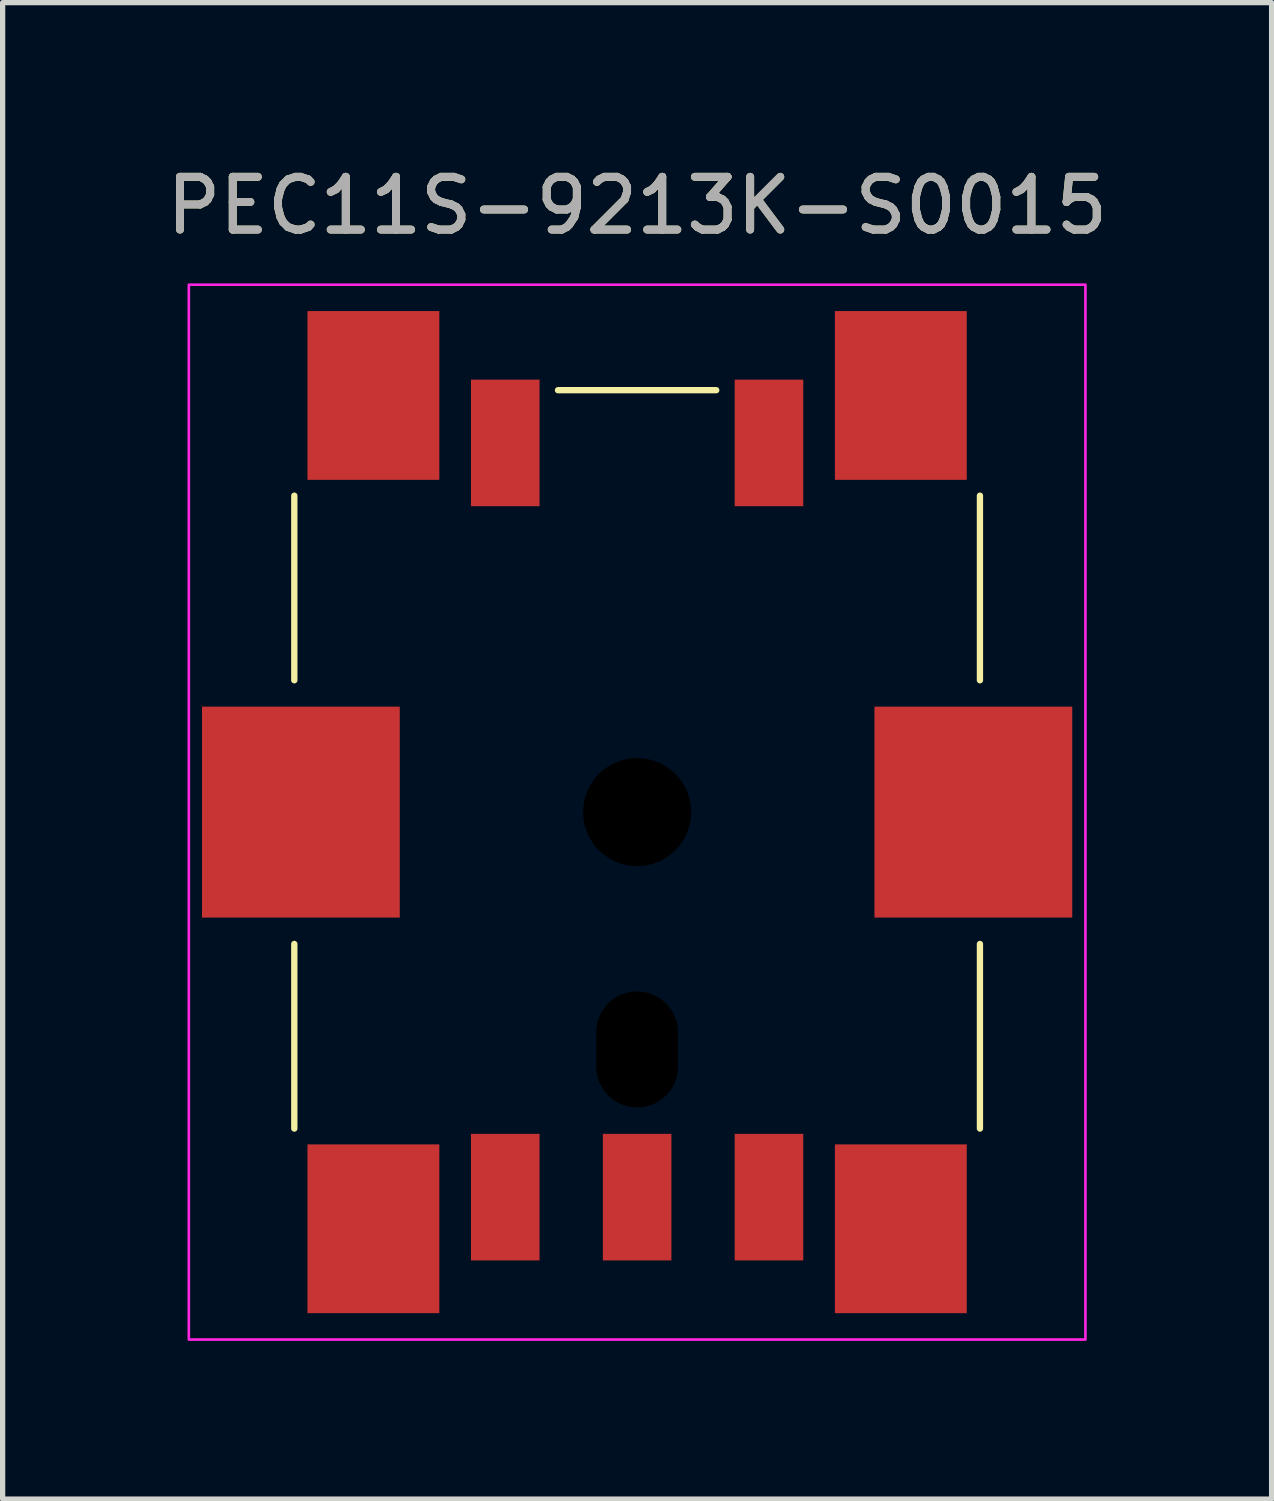
<source format=kicad_pcb>
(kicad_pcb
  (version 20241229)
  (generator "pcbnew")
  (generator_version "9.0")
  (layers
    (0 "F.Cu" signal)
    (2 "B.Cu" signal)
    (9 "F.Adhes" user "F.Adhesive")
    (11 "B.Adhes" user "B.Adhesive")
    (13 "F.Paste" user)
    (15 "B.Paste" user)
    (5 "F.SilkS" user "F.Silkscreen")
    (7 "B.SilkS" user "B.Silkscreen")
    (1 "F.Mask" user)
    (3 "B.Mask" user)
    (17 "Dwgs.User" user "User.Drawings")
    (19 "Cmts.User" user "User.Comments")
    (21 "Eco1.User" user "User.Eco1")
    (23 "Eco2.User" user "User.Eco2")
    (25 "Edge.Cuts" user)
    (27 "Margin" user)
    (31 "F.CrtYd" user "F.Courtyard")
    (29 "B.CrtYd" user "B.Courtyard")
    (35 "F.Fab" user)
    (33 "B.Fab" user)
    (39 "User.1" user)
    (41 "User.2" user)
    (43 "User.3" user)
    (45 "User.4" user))
  (footprint "PEC11S-9213K-S0015"
    (layer "F.Cu")
    (at 9.03 12.348)
    (property "Reference" "PEC11S-9213K-S0015" (at 0 -11.5 0) (unlocked yes) (layer "F.SilkS") (effects (font (size 1 1) (thickness 0.15))))
    (attr smd)
    (fp_line (start -6.5 -6) (end -6.5 -2.5) (stroke (width 0.12) (type solid)) (layer "F.SilkS"))
    (fp_line (start -6.5 2.5) (end -6.5 6) (stroke (width 0.12) (type solid)) (layer "F.SilkS"))
    (fp_line (start -1.5 -8) (end 1.5 -8) (stroke (width 0.12) (type solid)) (layer "F.SilkS"))
    (fp_line (start 6.5 -6) (end 6.5 -2.5) (stroke (width 0.12) (type solid)) (layer "F.SilkS"))
    (fp_line (start 6.5 2.5) (end 6.5 6) (stroke (width 0.12) (type solid)) (layer "F.SilkS"))
    (fp_rect (start -8.5 -10) (end 8.5 10) (stroke (width 0.05) (type solid)) (fill no) (layer "F.CrtYd"))
    (fp_text user "${REFERENCE}" (at 0 -11.5 0) (unlocked yes) (layer "F.Fab") (effects (font (size 1 1) (thickness 0.15))))
    (pad "" smd rect (at -6.375 0) (size 3.75 4) (layers "F.Cu" "F.Mask" "F.Paste"))
    (pad "" smd rect (at -5 -7.9) (size 2.5 3.2) (layers "F.Cu" "F.Mask" "F.Paste"))
    (pad "" smd rect (at -5 7.9) (size 2.5 3.2) (layers "F.Cu" "F.Mask" "F.Paste"))
    (pad "" np_thru_hole circle (at 0 0) (size 2.05 2.05) (drill 2.05) (layers "*.Mask"))
    (pad "" np_thru_hole oval (at 0 4.5) (size 1.55 2.2) (drill oval 1.55 2.2) (layers "*.Mask"))
    (pad "" smd rect (at 5 -7.9) (size 2.5 3.2) (layers "F.Cu" "F.Mask" "F.Paste"))
    (pad "" smd rect (at 5 7.9) (size 2.5 3.2) (layers "F.Cu" "F.Mask" "F.Paste"))
    (pad "" smd rect (at 6.375 0) (size 3.75 4) (layers "F.Cu" "F.Mask" "F.Paste"))
    (pad "A" smd rect (at -2.5 7.3) (size 1.3 2.4) (layers "F.Cu" "F.Mask" "F.Paste"))
    (pad "B" smd rect (at 2.5 7.3) (size 1.3 2.4) (layers "F.Cu" "F.Mask" "F.Paste"))
    (pad "C" smd rect (at 0 7.3) (size 1.3 2.4) (layers "F.Cu" "F.Mask" "F.Paste"))
    (pad "D" smd rect (at -2.5 -7) (size 1.3 2.4) (layers "F.Cu" "F.Mask" "F.Paste"))
    (pad "E" smd rect (at 2.5 -7) (size 1.3 2.4) (layers "F.Cu" "F.Mask" "F.Paste")))
  (gr_rect
    (start -3 -3)
    (end 21.06 25.373)
    (stroke (width 0.1) (type default))
    (fill no)
    (layer "Edge.Cuts")))
</source>
